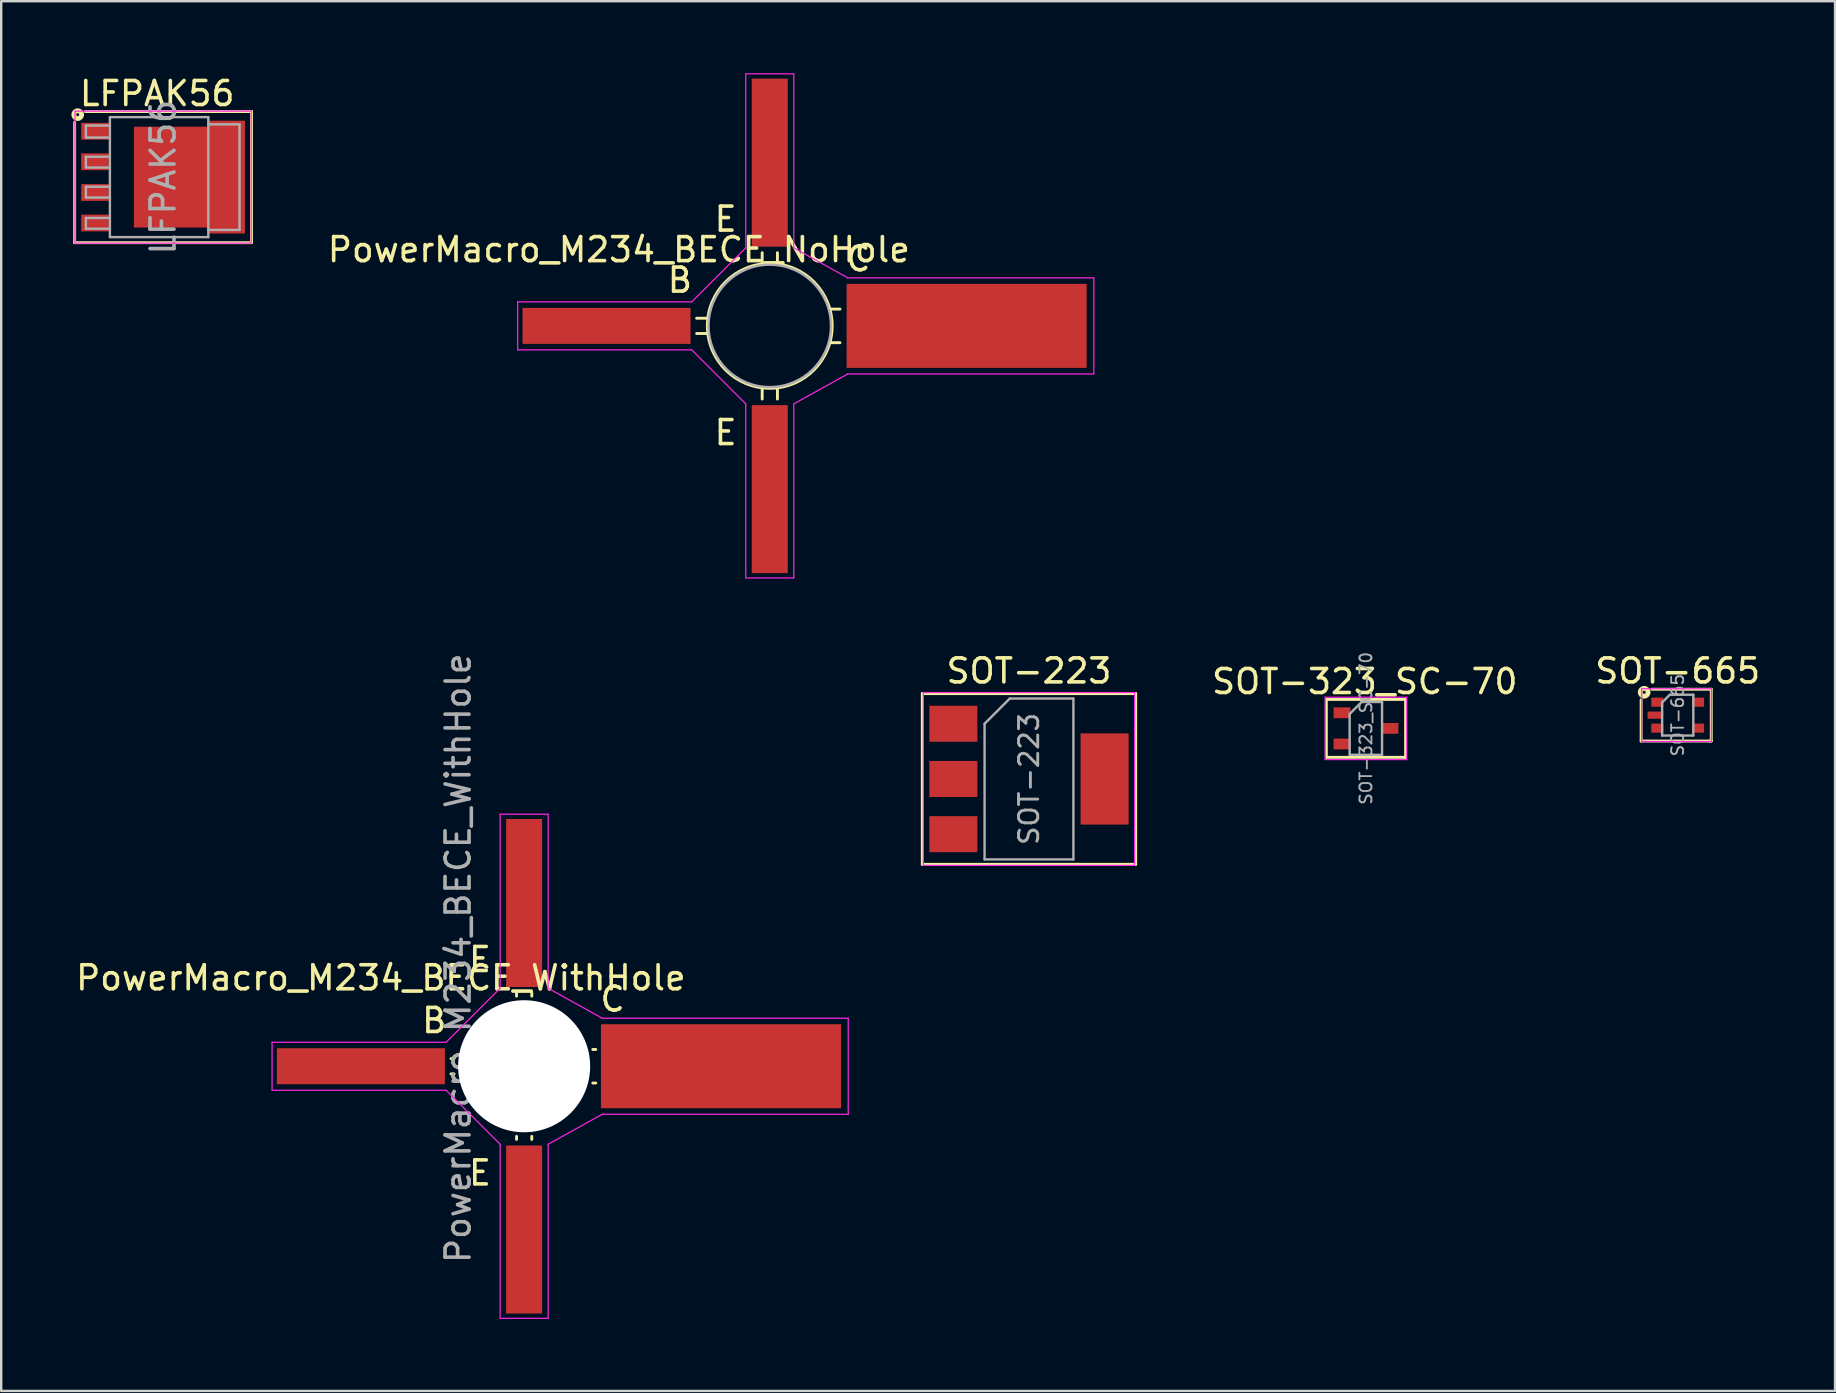
<source format=kicad_pcb>
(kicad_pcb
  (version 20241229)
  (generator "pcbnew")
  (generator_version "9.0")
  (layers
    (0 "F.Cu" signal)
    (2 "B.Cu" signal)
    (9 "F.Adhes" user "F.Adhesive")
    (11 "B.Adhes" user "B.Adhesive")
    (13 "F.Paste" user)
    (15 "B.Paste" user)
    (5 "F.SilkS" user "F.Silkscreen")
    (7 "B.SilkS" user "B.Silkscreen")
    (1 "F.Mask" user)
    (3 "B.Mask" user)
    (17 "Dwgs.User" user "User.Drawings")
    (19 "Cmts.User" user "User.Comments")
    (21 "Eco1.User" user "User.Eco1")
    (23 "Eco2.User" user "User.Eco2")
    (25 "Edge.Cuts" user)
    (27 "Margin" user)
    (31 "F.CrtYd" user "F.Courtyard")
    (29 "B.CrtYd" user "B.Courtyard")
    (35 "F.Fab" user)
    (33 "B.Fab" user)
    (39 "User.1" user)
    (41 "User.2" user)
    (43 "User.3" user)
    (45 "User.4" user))
  (footprint "LFPAK56"
    (layer "F.Cu")
    (at 3.743 4.328)
    (property "Reference" "LFPAK56" (at -0.245 -3.48 0) (layer "F.SilkS") (effects (font (size 1 1) (thickness 0.15))))
    (attr smd)
    (fp_line (start -3.683 -2.286) (end -3.683 2.731) (stroke (width 0.12) (type solid)) (layer "F.SilkS"))
    (fp_line (start -3.683 2.731) (end 3.683 2.731) (stroke (width 0.12) (type solid)) (layer "F.SilkS"))
    (fp_line (start 3.683 -2.731) (end -3.239 -2.731) (stroke (width 0.12) (type solid)) (layer "F.SilkS"))
    (fp_line (start 3.683 2.731) (end 3.683 -2.731) (stroke (width 0.12) (type solid)) (layer "F.SilkS"))
    (fp_circle (center -3.556 -2.603) (end -3.493 -2.603) (stroke (width 0.2) (type solid)) (fill no) (layer "F.SilkS"))
    (fp_line (start -3.67 2.75) (end -3.67 -2.75) (stroke (width 0.05) (type solid)) (layer "F.CrtYd"))
    (fp_line (start -3.67 2.75) (end 3.67 2.75) (stroke (width 0.05) (type solid)) (layer "F.CrtYd"))
    (fp_line (start 3.67 -2.75) (end -3.67 -2.75) (stroke (width 0.05) (type solid)) (layer "F.CrtYd"))
    (fp_line (start 3.67 -2.75) (end 3.67 2.75) (stroke (width 0.05) (type solid)) (layer "F.CrtYd"))
    (fp_line (start -3.215 -2.15) (end -3.215 -1.65) (stroke (width 0.1) (type solid)) (layer "F.Fab"))
    (fp_line (start -3.215 -2.15) (end -2.215 -2.15) (stroke (width 0.1) (type solid)) (layer "F.Fab"))
    (fp_line (start -3.215 -1.65) (end -2.215 -1.65) (stroke (width 0.1) (type solid)) (layer "F.Fab"))
    (fp_line (start -3.215 -0.85) (end -3.215 -0.4) (stroke (width 0.1) (type solid)) (layer "F.Fab"))
    (fp_line (start -3.215 -0.4) (end -2.215 -0.4) (stroke (width 0.1) (type solid)) (layer "F.Fab"))
    (fp_line (start -3.215 0.4) (end -3.215 0.85) (stroke (width 0.1) (type solid)) (layer "F.Fab"))
    (fp_line (start -3.215 0.85) (end -2.215 0.85) (stroke (width 0.1) (type solid)) (layer "F.Fab"))
    (fp_line (start -3.215 1.7) (end -3.215 2.15) (stroke (width 0.1) (type solid)) (layer "F.Fab"))
    (fp_line (start -3.215 2.15) (end -2.215 2.15) (stroke (width 0.1) (type solid)) (layer "F.Fab"))
    (fp_line (start -2.215 -2.5) (end -2.215 2.5) (stroke (width 0.1) (type solid)) (layer "F.Fab"))
    (fp_line (start -2.215 -0.85) (end -3.215 -0.85) (stroke (width 0.1) (type solid)) (layer "F.Fab"))
    (fp_line (start -2.215 0.4) (end -3.215 0.4) (stroke (width 0.1) (type solid)) (layer "F.Fab"))
    (fp_line (start -2.215 1.7) (end -3.215 1.7) (stroke (width 0.1) (type solid)) (layer "F.Fab"))
    (fp_line (start -2.215 2.5) (end 1.885 2.5) (stroke (width 0.1) (type solid)) (layer "F.Fab"))
    (fp_line (start 1.885 -2.5) (end -2.215 -2.5) (stroke (width 0.1) (type solid)) (layer "F.Fab"))
    (fp_line (start 1.885 2.5) (end 1.885 -2.5) (stroke (width 0.1) (type solid)) (layer "F.Fab"))
    (fp_line (start 3.185 -2.2) (end 1.885 -2.2) (stroke (width 0.1) (type solid)) (layer "F.Fab"))
    (fp_line (start 3.185 -2.2) (end 3.185 2.2) (stroke (width 0.1) (type solid)) (layer "F.Fab"))
    (fp_line (start 3.185 2.2) (end 1.885 2.2) (stroke (width 0.1) (type solid)) (layer "F.Fab"))
    (fp_text user "${REFERENCE}" (at 0 0 90) (layer "F.Fab") (effects (font (size 1 1) (thickness 0.15))))
    (pad "" smd rect (at -0.665 -1.15) (size 0.6 0.9) (layers "F.Paste"))
    (pad "" smd rect (at -0.665 0) (size 0.6 0.9) (layers "F.Paste"))
    (pad "" smd rect (at -0.665 1.15) (size 0.6 0.9) (layers "F.Paste"))
    (pad "" smd rect (at 0.185 -1.15) (size 0.6 0.9) (layers "F.Paste"))
    (pad "" smd rect (at 0.185 0) (size 0.6 0.9) (layers "F.Paste"))
    (pad "" smd rect (at 0.185 1.15) (size 0.6 0.9) (layers "F.Paste"))
    (pad "" smd rect (at 1.035 -1.15) (size 0.6 0.9) (layers "F.Paste"))
    (pad "" smd rect (at 1.035 0) (size 0.6 0.9) (layers "F.Paste"))
    (pad "" smd rect (at 1.035 1.15) (size 0.6 0.9) (layers "F.Paste"))
    (pad "" smd rect (at 2.885 -1.88 270) (size 0.6 0.9) (layers "F.Paste"))
    (pad "" smd rect (at 2.885 -0.6 270) (size 0.6 0.9) (layers "F.Paste"))
    (pad "" smd rect (at 2.885 0.6 270) (size 0.6 0.9) (layers "F.Paste"))
    (pad "" smd rect (at 2.885 1.88 270) (size 0.6 0.9) (layers "F.Paste"))
    (pad "1" smd rect (at -2.835 -1.91 270) (size 0.7 1.15) (layers "F.Cu" "F.Mask" "F.Paste"))
    (pad "2" smd rect (at -2.835 -0.64 270) (size 0.7 1.15) (layers "F.Cu" "F.Mask" "F.Paste"))
    (pad "3" smd rect (at -2.835 0.64 270) (size 0.7 1.15) (layers "F.Cu" "F.Mask" "F.Paste"))
    (pad "4" smd rect (at -2.835 1.91 270) (size 0.7 1.15) (layers "F.Cu" "F.Mask" "F.Paste"))
    (pad "5" smd custom (at 0.435 0) (size 3.3 4.2) (layers "F.Cu" "F.Mask") (options (anchor rect)) (primitives (gr_poly (pts (xy 2.975 2.35) (xy 1.425 2.35) (xy 1.425 -2.35) (xy 2.975 -2.35)) (width 0) (fill yes)))))
  (footprint "PowerMacro_M234_BECE_NoHole"
    (layer "F.Cu")
    (at 29.715 10.525)
    (property "Reference" "PowerMacro_M234_BECE_NoHole" (at -6.985 -3.175 180) (layer "F.SilkS") (effects (font (size 1 1) (thickness 0.15))))
    (attr smd)
    (fp_line (start -3.302 -0.318) (end -3.747 -0.318) (stroke (width 0.12) (type solid)) (layer "F.SilkS"))
    (fp_line (start -3.302 0.318) (end -3.747 0.318) (stroke (width 0.12) (type solid)) (layer "F.SilkS"))
    (fp_line (start -1.016 -2.603) (end -1.016 -3.048) (stroke (width 0.12) (type solid)) (layer "F.SilkS"))
    (fp_line (start -1.016 2.603) (end -1.016 3.048) (stroke (width 0.12) (type solid)) (layer "F.SilkS"))
    (fp_line (start -0.381 -2.603) (end -0.381 -3.048) (stroke (width 0.12) (type solid)) (layer "F.SilkS"))
    (fp_line (start -0.381 2.603) (end -0.381 3.048) (stroke (width 0.12) (type solid)) (layer "F.SilkS"))
    (fp_line (start 1.841 -0.699) (end 2.223 -0.699) (stroke (width 0.12) (type solid)) (layer "F.SilkS"))
    (fp_line (start 1.841 0.699) (end 2.223 0.699) (stroke (width 0.12) (type solid)) (layer "F.SilkS"))
    (fp_circle (center -0.7 0) (end -0.7 -2.6) (stroke (width 0.12) (type solid)) (fill no) (layer "F.SilkS"))
    (fp_line (start -11.2 -1) (end -11.2 1) (stroke (width 0.05) (type solid)) (layer "F.CrtYd"))
    (fp_line (start -11.2 1) (end -3.95 1) (stroke (width 0.05) (type solid)) (layer "F.CrtYd"))
    (fp_line (start -3.95 -1) (end -11.2 -1) (stroke (width 0.05) (type solid)) (layer "F.CrtYd"))
    (fp_line (start -3.95 1) (end -1.7 3.25) (stroke (width 0.05) (type solid)) (layer "F.CrtYd"))
    (fp_line (start -1.7 -10.5) (end -1.7 -3.25) (stroke (width 0.05) (type solid)) (layer "F.CrtYd"))
    (fp_line (start -1.7 -3.25) (end -3.95 -1) (stroke (width 0.05) (type solid)) (layer "F.CrtYd"))
    (fp_line (start -1.7 3.25) (end -1.7 10.5) (stroke (width 0.05) (type solid)) (layer "F.CrtYd"))
    (fp_line (start -1.7 10.5) (end 0.3 10.5) (stroke (width 0.05) (type solid)) (layer "F.CrtYd"))
    (fp_line (start 0.3 -10.5) (end -1.7 -10.5) (stroke (width 0.05) (type solid)) (layer "F.CrtYd"))
    (fp_line (start 0.3 -3.25) (end 0.3 -10.5) (stroke (width 0.05) (type solid)) (layer "F.CrtYd"))
    (fp_line (start 0.3 3.25) (end 2.55 2) (stroke (width 0.05) (type solid)) (layer "F.CrtYd"))
    (fp_line (start 0.3 10.5) (end 0.3 3.25) (stroke (width 0.05) (type solid)) (layer "F.CrtYd"))
    (fp_line (start 2.55 -2) (end 0.3 -3.25) (stroke (width 0.05) (type solid)) (layer "F.CrtYd"))
    (fp_line (start 2.55 2) (end 12.8 2) (stroke (width 0.05) (type solid)) (layer "F.CrtYd"))
    (fp_line (start 12.8 -2) (end 2.55 -2) (stroke (width 0.05) (type solid)) (layer "F.CrtYd"))
    (fp_line (start 12.8 2) (end 12.8 -2) (stroke (width 0.05) (type solid)) (layer "F.CrtYd"))
    (fp_circle (center -0.7 0) (end -0.7 -2.55) (stroke (width 0.1) (type solid)) (fill no) (layer "F.Fab"))
    (fp_text user "E" (at -2.54 -4.445 0) (layer "F.SilkS") (effects (font (size 1 1) (thickness 0.15))))
    (fp_text user "C" (at 2.985 -2.794 0) (layer "F.SilkS") (effects (font (size 1 1) (thickness 0.15))))
    (fp_text user "B" (at -4.445 -1.905 0) (layer "F.SilkS") (effects (font (size 1 1) (thickness 0.15))))
    (fp_text user "E" (at -2.54 4.445 0) (layer "F.SilkS") (effects (font (size 1 1) (thickness 0.15))))
    (pad "1" smd rect (at -7.5 0 90) (size 1.5 7) (layers "F.Cu" "F.Mask" "F.Paste"))
    (pad "2" smd rect (at -0.7 6.8 90) (size 7 1.5) (layers "F.Cu" "F.Mask" "F.Paste"))
    (pad "3" smd rect (at 7.5 0 90) (size 3.5 10) (layers "F.Cu" "F.Mask" "F.Paste"))
    (pad "4" smd rect (at -0.7 -6.8 90) (size 7 1.5) (layers "F.Cu" "F.Mask" "F.Paste")))
  (footprint "SOT-665"
    (layer "F.Cu")
    (at 66.836 26.74)
    (property "Reference" "SOT-665" (at 0 -1.841 0) (layer "F.SilkS") (effects (font (size 1 1) (thickness 0.15))))
    (attr smd)
    (fp_line (start -1.524 -0.635) (end -1.524 1.079) (stroke (width 0.12) (type solid)) (layer "F.SilkS"))
    (fp_line (start -1.524 1.079) (end 1.333 1.079) (stroke (width 0.12) (type solid)) (layer "F.SilkS"))
    (fp_line (start 1.333 1.079) (end 1.397 1.079) (stroke (width 0.12) (type solid)) (layer "F.SilkS"))
    (fp_line (start 1.397 -1.079) (end -1.079 -1.079) (stroke (width 0.12) (type solid)) (layer "F.SilkS"))
    (fp_line (start 1.397 1.079) (end 1.397 -1.079) (stroke (width 0.12) (type solid)) (layer "F.SilkS"))
    (fp_circle (center -1.397 -0.953) (end -1.333 -0.953) (stroke (width 0.2) (type solid)) (fill no) (layer "F.SilkS"))
    (fp_line (start -1.5 -1.1) (end -1.5 1.1) (stroke (width 0.05) (type solid)) (layer "F.CrtYd"))
    (fp_line (start -1.5 -1.1) (end 1.4 -1.1) (stroke (width 0.05) (type solid)) (layer "F.CrtYd"))
    (fp_line (start -1.5 1.1) (end 1.4 1.1) (stroke (width 0.05) (type solid)) (layer "F.CrtYd"))
    (fp_line (start 1.4 1.1) (end 1.4 -1.1) (stroke (width 0.05) (type solid)) (layer "F.CrtYd"))
    (fp_line (start -0.65 -0.53) (end -0.33 -0.85) (stroke (width 0.1) (type solid)) (layer "F.Fab"))
    (fp_line (start -0.65 -0.51) (end -0.65 0.85) (stroke (width 0.1) (type solid)) (layer "F.Fab"))
    (fp_line (start 0.65 -0.85) (end -0.33 -0.85) (stroke (width 0.1) (type solid)) (layer "F.Fab"))
    (fp_line (start 0.65 -0.85) (end 0.65 0.85) (stroke (width 0.1) (type solid)) (layer "F.Fab"))
    (fp_line (start 0.65 0.85) (end -0.65 0.85) (stroke (width 0.1) (type solid)) (layer "F.Fab"))
    (fp_text user "${REFERENCE}" (at 0 0 90) (layer "F.Fab") (effects (font (size 0.5 0.5) (thickness 0.075))))
    (pad "1" smd rect (at -0.85 -0.54) (size 0.5 0.38) (layers "F.Cu" "F.Mask" "F.Paste"))
    (pad "2" smd rect (at -0.93 0) (size 0.65 0.3) (layers "F.Cu" "F.Mask" "F.Paste"))
    (pad "3" smd rect (at -0.85 0.54) (size 0.5 0.38) (layers "F.Cu" "F.Mask" "F.Paste"))
    (pad "4" smd rect (at 0.85 0.54) (size 0.5 0.38) (layers "F.Cu" "F.Mask" "F.Paste"))
    (pad "5" smd rect (at 0.85 -0.54) (size 0.5 0.38) (layers "F.Cu" "F.Mask" "F.Paste")))
  (footprint "SOT-223"
    (layer "F.Cu")
    (at 39.813 29.398)
    (property "Reference" "SOT-223" (at 0 -4.5 0) (layer "F.SilkS") (effects (font (size 1 1) (thickness 0.15))))
    (attr smd)
    (fp_line (start -4.445 -3.556) (end -4.381 -3.556) (stroke (width 0.12) (type solid)) (layer "F.SilkS"))
    (fp_line (start -4.445 3.556) (end -4.445 -3.556) (stroke (width 0.12) (type solid)) (layer "F.SilkS"))
    (fp_line (start -4.381 -3.556) (end 4.381 -3.556) (stroke (width 0.12) (type solid)) (layer "F.SilkS"))
    (fp_line (start -4.381 3.556) (end -4.445 3.556) (stroke (width 0.12) (type solid)) (layer "F.SilkS"))
    (fp_line (start 4.381 -3.556) (end 4.445 -3.556) (stroke (width 0.12) (type solid)) (layer "F.SilkS"))
    (fp_line (start 4.445 -3.556) (end 4.445 3.556) (stroke (width 0.12) (type solid)) (layer "F.SilkS"))
    (fp_line (start 4.445 3.556) (end -4.381 3.556) (stroke (width 0.12) (type solid)) (layer "F.SilkS"))
    (fp_line (start -4.4 -3.6) (end -4.4 3.6) (stroke (width 0.05) (type solid)) (layer "F.CrtYd"))
    (fp_line (start -4.4 3.6) (end 4.4 3.6) (stroke (width 0.05) (type solid)) (layer "F.CrtYd"))
    (fp_line (start 4.4 -3.6) (end -4.4 -3.6) (stroke (width 0.05) (type solid)) (layer "F.CrtYd"))
    (fp_line (start 4.4 3.6) (end 4.4 -3.6) (stroke (width 0.05) (type solid)) (layer "F.CrtYd"))
    (fp_line (start -1.85 -2.3) (end -1.85 3.35) (stroke (width 0.1) (type solid)) (layer "F.Fab"))
    (fp_line (start -1.85 -2.3) (end -0.8 -3.35) (stroke (width 0.1) (type solid)) (layer "F.Fab"))
    (fp_line (start -1.85 3.35) (end 1.85 3.35) (stroke (width 0.1) (type solid)) (layer "F.Fab"))
    (fp_line (start -0.8 -3.35) (end 1.85 -3.35) (stroke (width 0.1) (type solid)) (layer "F.Fab"))
    (fp_line (start 1.85 -3.35) (end 1.85 3.35) (stroke (width 0.1) (type solid)) (layer "F.Fab"))
    (fp_text user "${REFERENCE}" (at 0 0 90) (layer "F.Fab") (effects (font (size 0.8 0.8) (thickness 0.12))))
    (pad "1" smd rect (at -3.15 -2.3) (size 2 1.5) (layers "F.Cu" "F.Mask" "F.Paste"))
    (pad "2" smd rect (at -3.15 0) (size 2 1.5) (layers "F.Cu" "F.Mask" "F.Paste"))
    (pad "3" smd rect (at -3.15 2.3) (size 2 1.5) (layers "F.Cu" "F.Mask" "F.Paste"))
    (pad "4" smd rect (at 3.15 0) (size 2 3.8) (layers "F.Cu" "F.Mask" "F.Paste")))
  (footprint "PowerMacro_M234_BECE_WithHole"
    (layer "F.Cu")
    (at 19.483 41.365)
    (property "Reference" "PowerMacro_M234_BECE_WithHole" (at -6.668 -3.683 180) (layer "F.SilkS") (effects (font (size 1 1) (thickness 0.15))))
    (attr smd)
    (fp_line (start -3.619 -0.318) (end -3.747 -0.318) (stroke (width 0.12) (type solid)) (layer "F.SilkS"))
    (fp_line (start -3.619 0.318) (end -3.747 0.318) (stroke (width 0.12) (type solid)) (layer "F.SilkS"))
    (fp_line (start -1.016 -2.921) (end -1.016 -3.048) (stroke (width 0.12) (type solid)) (layer "F.SilkS"))
    (fp_line (start -1.016 2.921) (end -1.016 3.048) (stroke (width 0.12) (type solid)) (layer "F.SilkS"))
    (fp_line (start -0.381 -2.921) (end -0.381 -3.048) (stroke (width 0.12) (type solid)) (layer "F.SilkS"))
    (fp_line (start -0.381 2.921) (end -0.381 3.048) (stroke (width 0.12) (type solid)) (layer "F.SilkS"))
    (fp_line (start 2.159 -0.699) (end 2.286 -0.699) (stroke (width 0.12) (type solid)) (layer "F.SilkS"))
    (fp_line (start 2.159 0.699) (end 2.286 0.699) (stroke (width 0.12) (type solid)) (layer "F.SilkS"))
    (fp_line (start -11.2 -1) (end -11.2 1) (stroke (width 0.05) (type solid)) (layer "F.CrtYd"))
    (fp_line (start -11.2 1) (end -3.95 1) (stroke (width 0.05) (type solid)) (layer "F.CrtYd"))
    (fp_line (start -3.95 -1) (end -11.2 -1) (stroke (width 0.05) (type solid)) (layer "F.CrtYd"))
    (fp_line (start -3.95 1) (end -1.7 3.25) (stroke (width 0.05) (type solid)) (layer "F.CrtYd"))
    (fp_line (start -1.7 -10.5) (end -1.7 -3.25) (stroke (width 0.05) (type solid)) (layer "F.CrtYd"))
    (fp_line (start -1.7 -3.25) (end -3.95 -1) (stroke (width 0.05) (type solid)) (layer "F.CrtYd"))
    (fp_line (start -1.7 3.25) (end -1.7 10.5) (stroke (width 0.05) (type solid)) (layer "F.CrtYd"))
    (fp_line (start -1.7 10.5) (end 0.3 10.5) (stroke (width 0.05) (type solid)) (layer "F.CrtYd"))
    (fp_line (start 0.3 -10.5) (end -1.7 -10.5) (stroke (width 0.05) (type solid)) (layer "F.CrtYd"))
    (fp_line (start 0.3 -3.25) (end 0.3 -10.5) (stroke (width 0.05) (type solid)) (layer "F.CrtYd"))
    (fp_line (start 0.3 3.25) (end 2.55 2) (stroke (width 0.05) (type solid)) (layer "F.CrtYd"))
    (fp_line (start 0.3 10.5) (end 0.3 3.25) (stroke (width 0.05) (type solid)) (layer "F.CrtYd"))
    (fp_line (start 2.55 -2) (end 0.3 -3.25) (stroke (width 0.05) (type solid)) (layer "F.CrtYd"))
    (fp_line (start 2.55 2) (end 12.8 2) (stroke (width 0.05) (type solid)) (layer "F.CrtYd"))
    (fp_line (start 12.8 -2) (end 2.55 -2) (stroke (width 0.05) (type solid)) (layer "F.CrtYd"))
    (fp_line (start 12.8 2) (end 12.8 -2) (stroke (width 0.05) (type solid)) (layer "F.CrtYd"))
    (fp_circle (center -0.7 0) (end -0.7 -2.55) (stroke (width 0.1) (type solid)) (fill no) (layer "F.Fab"))
    (fp_text user "B" (at -4.445 -1.905 0) (layer "F.SilkS") (effects (font (size 1 1) (thickness 0.15))))
    (fp_text user "C" (at 2.985 -2.794 0) (layer "F.SilkS") (effects (font (size 1 1) (thickness 0.15))))
    (fp_text user "E" (at -2.54 -4.445 0) (layer "F.SilkS") (effects (font (size 1 1) (thickness 0.15))))
    (fp_text user "E" (at -2.54 4.445 0) (layer "F.SilkS") (effects (font (size 1 1) (thickness 0.15))))
    (fp_text user "${REFERENCE}" (at -3.45 -4.5 90) (layer "F.Fab") (effects (font (size 1 1) (thickness 0.15))))
    (pad "" np_thru_hole circle (at -0.7 0 90) (size 5.5 5.5) (drill 5.5) (layers "*.Cu" "*.Mask"))
    (pad "1" smd rect (at -7.5 0 90) (size 1.5 7) (layers "F.Cu" "F.Mask" "F.Paste"))
    (pad "2" smd rect (at -0.7 6.8 90) (size 7 1.5) (layers "F.Cu" "F.Mask" "F.Paste"))
    (pad "3" smd rect (at 7.5 0 90) (size 3.5 10) (layers "F.Cu" "F.Mask" "F.Paste"))
    (pad "4" smd rect (at -0.7 -6.8 90) (size 7 1.5) (layers "F.Cu" "F.Mask" "F.Paste")))
  (footprint "SOT-323_SC-70"
    (layer "F.Cu")
    (at 53.85 27.291)
    (property "Reference" "SOT-323_SC-70" (at -0.05 -1.95 0) (layer "F.SilkS") (effects (font (size 1 1) (thickness 0.15))))
    (attr smd)
    (fp_line (start -1.651 -1.206) (end -1.651 1.206) (stroke (width 0.12) (type solid)) (layer "F.SilkS"))
    (fp_line (start -1.651 1.206) (end 1.587 1.206) (stroke (width 0.12) (type solid)) (layer "F.SilkS"))
    (fp_line (start 1.587 1.206) (end 1.651 1.206) (stroke (width 0.12) (type solid)) (layer "F.SilkS"))
    (fp_line (start 1.651 -1.206) (end -1.651 -1.206) (stroke (width 0.12) (type solid)) (layer "F.SilkS"))
    (fp_line (start 1.651 1.206) (end 1.651 -1.206) (stroke (width 0.12) (type solid)) (layer "F.SilkS"))
    (fp_line (start -1.7 -1.3) (end 1.7 -1.3) (stroke (width 0.05) (type solid)) (layer "F.CrtYd"))
    (fp_line (start -1.7 1.3) (end -1.7 -1.3) (stroke (width 0.05) (type solid)) (layer "F.CrtYd"))
    (fp_line (start 1.7 -1.3) (end 1.7 1.3) (stroke (width 0.05) (type solid)) (layer "F.CrtYd"))
    (fp_line (start 1.7 1.3) (end -1.7 1.3) (stroke (width 0.05) (type solid)) (layer "F.CrtYd"))
    (fp_line (start -0.68 -0.6) (end -0.68 1.1) (stroke (width 0.1) (type solid)) (layer "F.Fab"))
    (fp_line (start -0.18 -1.1) (end -0.68 -0.6) (stroke (width 0.1) (type solid)) (layer "F.Fab"))
    (fp_line (start 0.67 -1.1) (end -0.18 -1.1) (stroke (width 0.1) (type solid)) (layer "F.Fab"))
    (fp_line (start 0.67 -1.1) (end 0.67 1.1) (stroke (width 0.1) (type solid)) (layer "F.Fab"))
    (fp_line (start 0.67 1.1) (end -0.68 1.1) (stroke (width 0.1) (type solid)) (layer "F.Fab"))
    (fp_text user "${REFERENCE}" (at 0 0 90) (layer "F.Fab") (effects (font (size 0.5 0.5) (thickness 0.075))))
    (pad "1" smd rect (at -1 -0.65 270) (size 0.45 0.7) (layers "F.Cu" "F.Mask" "F.Paste"))
    (pad "2" smd rect (at -1 0.65 270) (size 0.45 0.7) (layers "F.Cu" "F.Mask" "F.Paste"))
    (pad "3" smd rect (at 1 0 270) (size 0.45 0.7) (layers "F.Cu" "F.Mask" "F.Paste")))
  (gr_rect
    (start -3 -3)
    (end 73.389 54.89)
    (stroke (width 0.1) (type default))
    (fill no)
    (layer "Edge.Cuts")))
</source>
